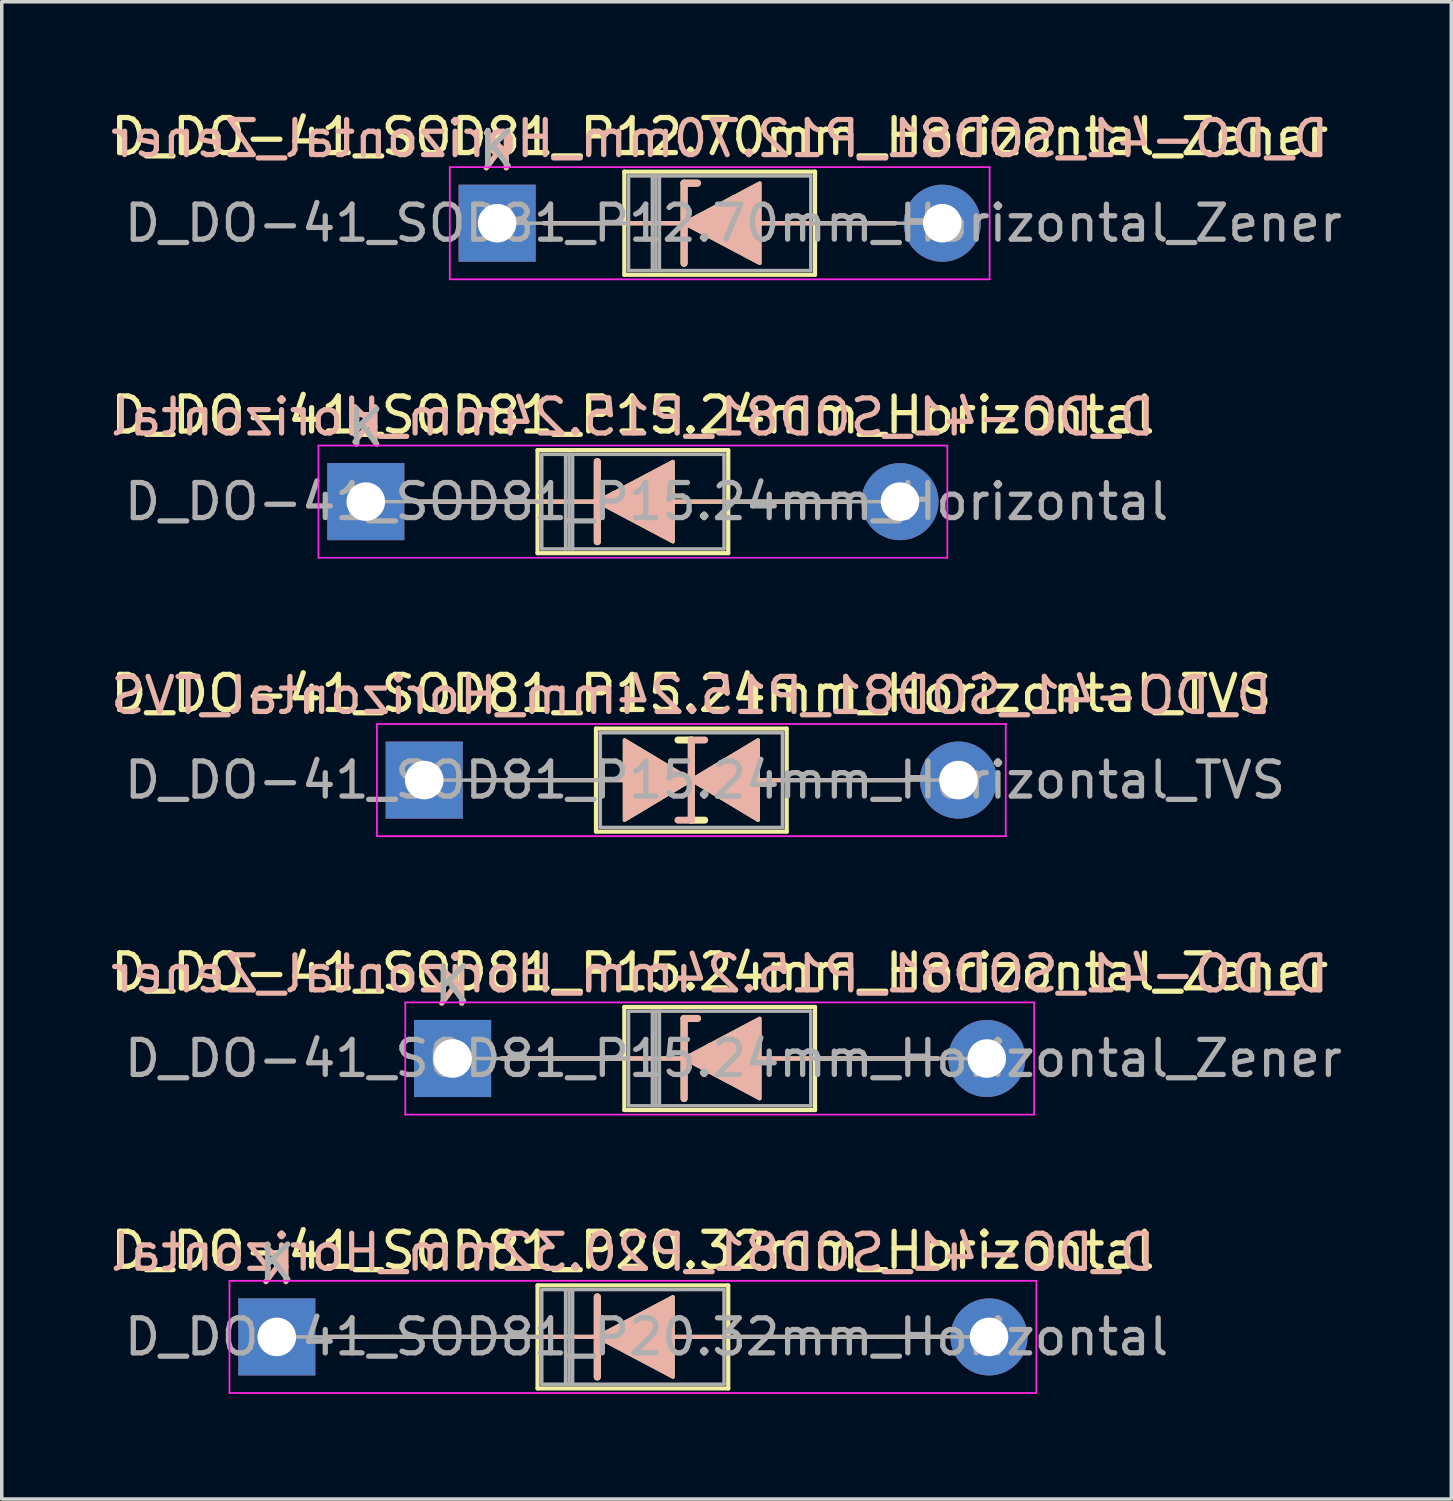
<source format=kicad_pcb>
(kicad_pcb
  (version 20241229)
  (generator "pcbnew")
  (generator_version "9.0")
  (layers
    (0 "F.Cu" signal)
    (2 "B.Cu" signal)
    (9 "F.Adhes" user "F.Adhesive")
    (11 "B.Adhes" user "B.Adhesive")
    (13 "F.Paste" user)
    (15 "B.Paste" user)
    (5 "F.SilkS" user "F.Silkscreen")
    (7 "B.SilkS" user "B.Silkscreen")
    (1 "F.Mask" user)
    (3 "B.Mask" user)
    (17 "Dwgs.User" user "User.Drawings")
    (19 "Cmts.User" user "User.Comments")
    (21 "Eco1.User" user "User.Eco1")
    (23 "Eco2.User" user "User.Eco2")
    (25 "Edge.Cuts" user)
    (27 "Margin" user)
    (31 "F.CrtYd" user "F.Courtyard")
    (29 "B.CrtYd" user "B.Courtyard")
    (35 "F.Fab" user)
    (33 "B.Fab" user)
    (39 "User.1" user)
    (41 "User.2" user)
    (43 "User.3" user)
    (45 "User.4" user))
  (footprint "D_DO-41_SOD81_P15.24mm_Horizontal_Zener"
    (layer "F.Cu")
    (at 9.862 27.148)
    (property "Reference" "D_DO-41_SOD81_P15.24mm_Horizontal_Zener" (at 7.62 -2.47 0) (layer "F.SilkS") (effects (font (size 1 1) (thickness 0.15))))
    (fp_line (start 1.397 0) (end 4.9 0) (stroke (width 0.12) (type solid)) (layer "F.SilkS"))
    (fp_line (start 4.9 -1.47) (end 4.9 1.47) (stroke (width 0.12) (type solid)) (layer "F.SilkS"))
    (fp_line (start 4.9 1.47) (end 10.34 1.47) (stroke (width 0.12) (type solid)) (layer "F.SilkS"))
    (fp_line (start 6.604 -1.143) (end 6.604 1.143) (stroke (width 0.2) (type solid)) (layer "F.SilkS"))
    (fp_line (start 6.604 -1.143) (end 6.985 -1.143) (stroke (width 0.2) (type solid)) (layer "F.SilkS"))
    (fp_line (start 6.604 0) (end 4.9 0) (stroke (width 0.12) (type solid)) (layer "F.SilkS"))
    (fp_line (start 8.763 0) (end 10.34 0) (stroke (width 0.12) (type solid)) (layer "F.SilkS"))
    (fp_line (start 10.34 -1.47) (end 4.9 -1.47) (stroke (width 0.12) (type solid)) (layer "F.SilkS"))
    (fp_line (start 10.34 1.47) (end 10.34 -1.47) (stroke (width 0.12) (type solid)) (layer "F.SilkS"))
    (fp_line (start 13.843 0) (end 10.34 0) (stroke (width 0.12) (type solid)) (layer "F.SilkS"))
    (fp_poly (pts (xy 8.763 1.143) (xy 6.604 0) (xy 8.763 -1.143)) (stroke (width 0.1) (type solid)) (fill yes) (layer "F.SilkS"))
    (fp_line (start 1.397 0) (end 4.9 0) (stroke (width 0.12) (type solid)) (layer "B.SilkS"))
    (fp_line (start 6.604 -1.143) (end 6.985 -1.143) (stroke (width 0.2) (type solid)) (layer "B.SilkS"))
    (fp_line (start 6.604 0) (end 4.9 0) (stroke (width 0.12) (type solid)) (layer "B.SilkS"))
    (fp_line (start 6.604 1.143) (end 6.604 -1.143) (stroke (width 0.2) (type solid)) (layer "B.SilkS"))
    (fp_line (start 8.763 0) (end 10.34 0) (stroke (width 0.12) (type solid)) (layer "B.SilkS"))
    (fp_line (start 13.843 0) (end 10.34 0) (stroke (width 0.12) (type solid)) (layer "B.SilkS"))
    (fp_poly (pts (xy 8.763 -1.143) (xy 6.604 0) (xy 8.763 1.143)) (stroke (width 0.1) (type solid)) (fill yes) (layer "B.SilkS"))
    (fp_line (start -1.35 -1.6) (end -1.35 1.6) (stroke (width 0.05) (type solid)) (layer "F.CrtYd"))
    (fp_line (start -1.35 1.6) (end 16.59 1.6) (stroke (width 0.05) (type solid)) (layer "F.CrtYd"))
    (fp_line (start 16.59 -1.6) (end -1.35 -1.6) (stroke (width 0.05) (type solid)) (layer "F.CrtYd"))
    (fp_line (start 16.59 1.6) (end 16.59 -1.6) (stroke (width 0.05) (type solid)) (layer "F.CrtYd"))
    (fp_line (start 0 0) (end 5.02 0) (stroke (width 0.1) (type solid)) (layer "F.Fab"))
    (fp_line (start 5.02 -1.35) (end 5.02 1.35) (stroke (width 0.1) (type solid)) (layer "F.Fab"))
    (fp_line (start 5.02 1.35) (end 10.22 1.35) (stroke (width 0.1) (type solid)) (layer "F.Fab"))
    (fp_line (start 5.7 -1.35) (end 5.7 1.35) (stroke (width 0.1) (type solid)) (layer "F.Fab"))
    (fp_line (start 5.8 -1.35) (end 5.8 1.35) (stroke (width 0.1) (type solid)) (layer "F.Fab"))
    (fp_line (start 5.9 -1.35) (end 5.9 1.35) (stroke (width 0.1) (type solid)) (layer "F.Fab"))
    (fp_line (start 10.22 -1.35) (end 5.02 -1.35) (stroke (width 0.1) (type solid)) (layer "F.Fab"))
    (fp_line (start 10.22 1.35) (end 10.22 -1.35) (stroke (width 0.1) (type solid)) (layer "F.Fab"))
    (fp_line (start 15.24 0) (end 10.22 0) (stroke (width 0.1) (type solid)) (layer "F.Fab"))
    (fp_text user "K" (at 0 -2.1 0) (layer "F.SilkS") (effects (font (size 1 1) (thickness 0.15))))
    (fp_text user "K" (at 0 -2.032 0) (layer "B.SilkS") (effects (font (size 1 1) (thickness 0.15)) (justify mirror)))
    (fp_text user "${REFERENCE}" (at 7.62 -2.413 0) (layer "B.SilkS") (effects (font (size 1 1) (thickness 0.15)) (justify mirror)))
    (fp_text user "${REFERENCE}" (at 8.01 0 0) (layer "F.Fab") (effects (font (size 1 1) (thickness 0.15))))
    (fp_text user "K" (at 0 -2.1 0) (layer "F.Fab") (effects (font (size 1 1) (thickness 0.15))))
    (pad "1" thru_hole rect (at 0 0) (size 2.2 2.2) (drill 1.1) (layers "*.Cu" "*.Mask"))
    (pad "2" thru_hole oval (at 15.24 0) (size 2.2 2.2) (drill 1.1) (layers "*.Cu" "*.Mask")))
  (footprint "D_DO-41_SOD81_P20.32mm_Horizontal"
    (layer "F.Cu")
    (at 4.846 35.091)
    (property "Reference" "D_DO-41_SOD81_P20.32mm_Horizontal" (at 10.16 -2.47 0) (layer "F.SilkS") (effects (font (size 1 1) (thickness 0.15))))
    (fp_line (start 1.397 0) (end 7.44 0) (stroke (width 0.12) (type solid)) (layer "F.SilkS"))
    (fp_line (start 7.44 -1.47) (end 7.44 1.47) (stroke (width 0.12) (type solid)) (layer "F.SilkS"))
    (fp_line (start 7.44 1.47) (end 12.88 1.47) (stroke (width 0.12) (type solid)) (layer "F.SilkS"))
    (fp_line (start 9.144 -1.143) (end 9.144 1.143) (stroke (width 0.2) (type solid)) (layer "F.SilkS"))
    (fp_line (start 9.144 0) (end 7.44 0) (stroke (width 0.12) (type solid)) (layer "F.SilkS"))
    (fp_line (start 11.303 0) (end 12.88 0) (stroke (width 0.12) (type solid)) (layer "F.SilkS"))
    (fp_line (start 12.88 -1.47) (end 7.44 -1.47) (stroke (width 0.12) (type solid)) (layer "F.SilkS"))
    (fp_line (start 12.88 1.47) (end 12.88 -1.47) (stroke (width 0.12) (type solid)) (layer "F.SilkS"))
    (fp_line (start 18.923 0) (end 12.88 0) (stroke (width 0.12) (type solid)) (layer "F.SilkS"))
    (fp_poly (pts (xy 11.303 1.143) (xy 9.144 0) (xy 11.303 -1.143)) (stroke (width 0.1) (type solid)) (fill yes) (layer "F.SilkS"))
    (fp_line (start 1.397 0) (end 7.44 0) (stroke (width 0.12) (type solid)) (layer "B.SilkS"))
    (fp_line (start 9.144 0) (end 7.44 0) (stroke (width 0.12) (type solid)) (layer "B.SilkS"))
    (fp_line (start 9.144 1.143) (end 9.144 -1.143) (stroke (width 0.2) (type solid)) (layer "B.SilkS"))
    (fp_line (start 11.303 0) (end 12.88 0) (stroke (width 0.12) (type solid)) (layer "B.SilkS"))
    (fp_line (start 18.923 0) (end 12.88 0) (stroke (width 0.12) (type solid)) (layer "B.SilkS"))
    (fp_poly (pts (xy 11.303 -1.143) (xy 9.144 0) (xy 11.303 1.143)) (stroke (width 0.1) (type solid)) (fill yes) (layer "B.SilkS"))
    (fp_line (start -1.35 -1.6) (end -1.35 1.6) (stroke (width 0.05) (type solid)) (layer "F.CrtYd"))
    (fp_line (start -1.35 1.6) (end 21.67 1.6) (stroke (width 0.05) (type solid)) (layer "F.CrtYd"))
    (fp_line (start 21.67 -1.6) (end -1.35 -1.6) (stroke (width 0.05) (type solid)) (layer "F.CrtYd"))
    (fp_line (start 21.67 1.6) (end 21.67 -1.6) (stroke (width 0.05) (type solid)) (layer "F.CrtYd"))
    (fp_line (start 0 0) (end 7.56 0) (stroke (width 0.1) (type solid)) (layer "F.Fab"))
    (fp_line (start 7.56 -1.35) (end 7.56 1.35) (stroke (width 0.1) (type solid)) (layer "F.Fab"))
    (fp_line (start 7.56 1.35) (end 12.76 1.35) (stroke (width 0.1) (type solid)) (layer "F.Fab"))
    (fp_line (start 8.24 -1.35) (end 8.24 1.35) (stroke (width 0.1) (type solid)) (layer "F.Fab"))
    (fp_line (start 8.34 -1.35) (end 8.34 1.35) (stroke (width 0.1) (type solid)) (layer "F.Fab"))
    (fp_line (start 8.44 -1.35) (end 8.44 1.35) (stroke (width 0.1) (type solid)) (layer "F.Fab"))
    (fp_line (start 12.76 -1.35) (end 7.56 -1.35) (stroke (width 0.1) (type solid)) (layer "F.Fab"))
    (fp_line (start 12.76 1.35) (end 12.76 -1.35) (stroke (width 0.1) (type solid)) (layer "F.Fab"))
    (fp_line (start 20.32 0) (end 12.76 0) (stroke (width 0.1) (type solid)) (layer "F.Fab"))
    (fp_text user "K" (at 0 -2.1 0) (layer "F.SilkS") (effects (font (size 1 1) (thickness 0.15))))
    (fp_text user "K" (at 0 -2.032 0) (layer "B.SilkS") (effects (font (size 1 1) (thickness 0.15)) (justify mirror)))
    (fp_text user "${REFERENCE}" (at 10.16 -2.413 0) (layer "B.SilkS") (effects (font (size 1 1) (thickness 0.15)) (justify mirror)))
    (fp_text user "K" (at 0 -2.1 0) (layer "F.Fab") (effects (font (size 1 1) (thickness 0.15))))
    (fp_text user "${REFERENCE}" (at 10.55 0 0) (layer "F.Fab") (effects (font (size 1 1) (thickness 0.15))))
    (pad "1" thru_hole rect (at 0 0) (size 2.2 2.2) (drill 1.1) (layers "*.Cu" "*.Mask"))
    (pad "2" thru_hole oval (at 20.32 0) (size 2.2 2.2) (drill 1.1) (layers "*.Cu" "*.Mask")))
  (footprint "D_DO-41_SOD81_P15.24mm_Horizontal_TVS"
    (layer "F.Cu")
    (at 9.053 19.205)
    (property "Reference" "D_DO-41_SOD81_P15.24mm_Horizontal_TVS" (at 7.62 -2.47 0) (layer "F.SilkS") (effects (font (size 1 1) (thickness 0.15))))
    (fp_line (start 1.397 0) (end 4.9 0) (stroke (width 0.12) (type solid)) (layer "F.SilkS"))
    (fp_line (start 4.9 -1.47) (end 4.9 1.47) (stroke (width 0.12) (type solid)) (layer "F.SilkS"))
    (fp_line (start 4.9 0) (end 5.715 0) (stroke (width 0.12) (type solid)) (layer "F.SilkS"))
    (fp_line (start 4.9 1.47) (end 10.34 1.47) (stroke (width 0.12) (type solid)) (layer "F.SilkS"))
    (fp_line (start 7.62 -1.143) (end 7.239 -1.143) (stroke (width 0.2) (type solid)) (layer "F.SilkS"))
    (fp_line (start 7.62 1.143) (end 7.62 -1.143) (stroke (width 0.2) (type solid)) (layer "F.SilkS"))
    (fp_line (start 8.001 1.143) (end 7.62 1.143) (stroke (width 0.2) (type solid)) (layer "F.SilkS"))
    (fp_line (start 9.525 0) (end 10.34 0) (stroke (width 0.12) (type solid)) (layer "F.SilkS"))
    (fp_line (start 10.34 -1.47) (end 4.9 -1.47) (stroke (width 0.12) (type solid)) (layer "F.SilkS"))
    (fp_line (start 10.34 1.47) (end 10.34 -1.47) (stroke (width 0.12) (type solid)) (layer "F.SilkS"))
    (fp_line (start 13.843 0) (end 10.34 0) (stroke (width 0.12) (type solid)) (layer "F.SilkS"))
    (fp_poly (pts (xy 7.62 0) (xy 5.715 1.143) (xy 5.715 -1.143)) (stroke (width 0.1) (type solid)) (fill yes) (layer "F.SilkS"))
    (fp_poly (pts (xy 7.62 0) (xy 9.525 -1.143) (xy 9.525 1.143)) (stroke (width 0.1) (type solid)) (fill yes) (layer "F.SilkS"))
    (fp_line (start 1.397 0) (end 4.9 0) (stroke (width 0.12) (type solid)) (layer "B.SilkS"))
    (fp_line (start 4.9 0) (end 5.715 0) (stroke (width 0.12) (type solid)) (layer "B.SilkS"))
    (fp_line (start 7.62 -1.143) (end 7.62 1.143) (stroke (width 0.2) (type solid)) (layer "B.SilkS"))
    (fp_line (start 7.62 1.143) (end 7.239 1.143) (stroke (width 0.2) (type solid)) (layer "B.SilkS"))
    (fp_line (start 8.001 -1.143) (end 7.62 -1.143) (stroke (width 0.2) (type solid)) (layer "B.SilkS"))
    (fp_line (start 9.525 0) (end 10.34 0) (stroke (width 0.12) (type solid)) (layer "B.SilkS"))
    (fp_line (start 13.843 0) (end 10.34 0) (stroke (width 0.12) (type solid)) (layer "B.SilkS"))
    (fp_poly (pts (xy 7.62 0) (xy 5.715 -1.143) (xy 5.715 1.143)) (stroke (width 0.1) (type solid)) (fill yes) (layer "B.SilkS"))
    (fp_poly (pts (xy 7.62 0) (xy 9.525 1.143) (xy 9.525 -1.143)) (stroke (width 0.1) (type solid)) (fill yes) (layer "B.SilkS"))
    (fp_line (start -1.35 -1.6) (end -1.35 1.6) (stroke (width 0.05) (type solid)) (layer "F.CrtYd"))
    (fp_line (start -1.35 1.6) (end 16.59 1.6) (stroke (width 0.05) (type solid)) (layer "F.CrtYd"))
    (fp_line (start 16.59 -1.6) (end -1.35 -1.6) (stroke (width 0.05) (type solid)) (layer "F.CrtYd"))
    (fp_line (start 16.59 1.6) (end 16.59 -1.6) (stroke (width 0.05) (type solid)) (layer "F.CrtYd"))
    (fp_line (start 0 0) (end 5.02 0) (stroke (width 0.1) (type solid)) (layer "F.Fab"))
    (fp_line (start 5.02 -1.35) (end 5.02 1.35) (stroke (width 0.1) (type solid)) (layer "F.Fab"))
    (fp_line (start 5.02 1.35) (end 10.22 1.35) (stroke (width 0.1) (type solid)) (layer "F.Fab"))
    (fp_line (start 10.22 -1.35) (end 5.02 -1.35) (stroke (width 0.1) (type solid)) (layer "F.Fab"))
    (fp_line (start 10.22 1.35) (end 10.22 -1.35) (stroke (width 0.1) (type solid)) (layer "F.Fab"))
    (fp_line (start 15.24 0) (end 10.22 0) (stroke (width 0.1) (type solid)) (layer "F.Fab"))
    (fp_text user "${REFERENCE}" (at 7.62 -2.413 0) (layer "B.SilkS") (effects (font (size 1 1) (thickness 0.15)) (justify mirror)))
    (fp_text user "${REFERENCE}" (at 8.01 0 0) (layer "F.Fab") (effects (font (size 1 1) (thickness 0.15))))
    (pad "1" thru_hole rect (at 0 0) (size 2.2 2.2) (drill 1.1) (layers "*.Cu" "*.Mask"))
    (pad "2" thru_hole oval (at 15.24 0) (size 2.2 2.2) (drill 1.1) (layers "*.Cu" "*.Mask")))
  (footprint "D_DO-41_SOD81_P12.70mm_Horizontal_Zener"
    (layer "F.Cu")
    (at 11.132 3.318)
    (property "Reference" "D_DO-41_SOD81_P12.70mm_Horizontal_Zener" (at 6.35 -2.47 0) (layer "F.SilkS") (effects (font (size 1 1) (thickness 0.15))))
    (fp_line (start 1.34 0) (end 3.63 0) (stroke (width 0.12) (type solid)) (layer "F.SilkS"))
    (fp_line (start 3.63 -1.47) (end 3.63 1.47) (stroke (width 0.12) (type solid)) (layer "F.SilkS"))
    (fp_line (start 3.63 1.47) (end 9.07 1.47) (stroke (width 0.12) (type solid)) (layer "F.SilkS"))
    (fp_line (start 5.334 -1.143) (end 5.334 1.143) (stroke (width 0.2) (type solid)) (layer "F.SilkS"))
    (fp_line (start 5.334 -1.143) (end 5.715 -1.143) (stroke (width 0.2) (type solid)) (layer "F.SilkS"))
    (fp_line (start 5.334 0) (end 3.63 0) (stroke (width 0.12) (type solid)) (layer "F.SilkS"))
    (fp_line (start 7.493 0) (end 9.07 0) (stroke (width 0.12) (type solid)) (layer "F.SilkS"))
    (fp_line (start 9.07 -1.47) (end 3.63 -1.47) (stroke (width 0.12) (type solid)) (layer "F.SilkS"))
    (fp_line (start 9.07 1.47) (end 9.07 -1.47) (stroke (width 0.12) (type solid)) (layer "F.SilkS"))
    (fp_line (start 11.36 0) (end 9.07 0) (stroke (width 0.12) (type solid)) (layer "F.SilkS"))
    (fp_poly (pts (xy 7.493 1.143) (xy 5.334 0) (xy 7.493 -1.143)) (stroke (width 0.1) (type solid)) (fill yes) (layer "F.SilkS"))
    (fp_line (start 1.34 0) (end 3.63 0) (stroke (width 0.12) (type solid)) (layer "B.SilkS"))
    (fp_line (start 5.334 -1.143) (end 5.715 -1.143) (stroke (width 0.2) (type solid)) (layer "B.SilkS"))
    (fp_line (start 5.334 0) (end 3.63 0) (stroke (width 0.12) (type solid)) (layer "B.SilkS"))
    (fp_line (start 5.334 1.143) (end 5.334 -1.143) (stroke (width 0.2) (type solid)) (layer "B.SilkS"))
    (fp_line (start 7.493 0) (end 9.07 0) (stroke (width 0.12) (type solid)) (layer "B.SilkS"))
    (fp_line (start 11.36 0) (end 9.07 0) (stroke (width 0.12) (type solid)) (layer "B.SilkS"))
    (fp_poly (pts (xy 7.493 -1.143) (xy 5.334 0) (xy 7.493 1.143)) (stroke (width 0.1) (type solid)) (fill yes) (layer "B.SilkS"))
    (fp_line (start -1.35 -1.6) (end -1.35 1.6) (stroke (width 0.05) (type solid)) (layer "F.CrtYd"))
    (fp_line (start -1.35 1.6) (end 14.05 1.6) (stroke (width 0.05) (type solid)) (layer "F.CrtYd"))
    (fp_line (start 14.05 -1.6) (end -1.35 -1.6) (stroke (width 0.05) (type solid)) (layer "F.CrtYd"))
    (fp_line (start 14.05 1.6) (end 14.05 -1.6) (stroke (width 0.05) (type solid)) (layer "F.CrtYd"))
    (fp_line (start 0 0) (end 3.75 0) (stroke (width 0.1) (type solid)) (layer "F.Fab"))
    (fp_line (start 3.75 -1.35) (end 3.75 1.35) (stroke (width 0.1) (type solid)) (layer "F.Fab"))
    (fp_line (start 3.75 1.35) (end 8.95 1.35) (stroke (width 0.1) (type solid)) (layer "F.Fab"))
    (fp_line (start 4.43 -1.35) (end 4.43 1.35) (stroke (width 0.1) (type solid)) (layer "F.Fab"))
    (fp_line (start 4.53 -1.35) (end 4.53 1.35) (stroke (width 0.1) (type solid)) (layer "F.Fab"))
    (fp_line (start 4.63 -1.35) (end 4.63 1.35) (stroke (width 0.1) (type solid)) (layer "F.Fab"))
    (fp_line (start 8.95 -1.35) (end 3.75 -1.35) (stroke (width 0.1) (type solid)) (layer "F.Fab"))
    (fp_line (start 8.95 1.35) (end 8.95 -1.35) (stroke (width 0.1) (type solid)) (layer "F.Fab"))
    (fp_line (start 12.7 0) (end 8.95 0) (stroke (width 0.1) (type solid)) (layer "F.Fab"))
    (fp_text user "K" (at 0 -2.1 0) (layer "F.SilkS") (effects (font (size 1 1) (thickness 0.15))))
    (fp_text user "K" (at 0 -2.032 0) (layer "B.SilkS") (effects (font (size 1 1) (thickness 0.15)) (justify mirror)))
    (fp_text user "${REFERENCE}" (at 6.35 -2.413 0) (layer "B.SilkS") (effects (font (size 1 1) (thickness 0.15)) (justify mirror)))
    (fp_text user "${REFERENCE}" (at 6.74 0 0) (layer "F.Fab") (effects (font (size 1 1) (thickness 0.15))))
    (fp_text user "K" (at 0 -2.1 0) (layer "F.Fab") (effects (font (size 1 1) (thickness 0.15))))
    (pad "1" thru_hole rect (at 0 0) (size 2.2 2.2) (drill 1.1) (layers "*.Cu" "*.Mask"))
    (pad "2" thru_hole oval (at 12.7 0) (size 2.2 2.2) (drill 1.1) (layers "*.Cu" "*.Mask")))
  (footprint "D_DO-41_SOD81_P15.24mm_Horizontal"
    (layer "F.Cu")
    (at 7.386 11.261)
    (property "Reference" "D_DO-41_SOD81_P15.24mm_Horizontal" (at 7.62 -2.47 0) (layer "F.SilkS") (effects (font (size 1 1) (thickness 0.15))))
    (fp_line (start 1.397 0) (end 4.9 0) (stroke (width 0.12) (type solid)) (layer "F.SilkS"))
    (fp_line (start 4.9 -1.47) (end 4.9 1.47) (stroke (width 0.12) (type solid)) (layer "F.SilkS"))
    (fp_line (start 4.9 1.47) (end 10.34 1.47) (stroke (width 0.12) (type solid)) (layer "F.SilkS"))
    (fp_line (start 6.604 -1.143) (end 6.604 1.143) (stroke (width 0.2) (type solid)) (layer "F.SilkS"))
    (fp_line (start 6.604 0) (end 4.9 0) (stroke (width 0.12) (type solid)) (layer "F.SilkS"))
    (fp_line (start 8.763 0) (end 10.34 0) (stroke (width 0.12) (type solid)) (layer "F.SilkS"))
    (fp_line (start 10.34 -1.47) (end 4.9 -1.47) (stroke (width 0.12) (type solid)) (layer "F.SilkS"))
    (fp_line (start 10.34 1.47) (end 10.34 -1.47) (stroke (width 0.12) (type solid)) (layer "F.SilkS"))
    (fp_line (start 13.843 0) (end 10.34 0) (stroke (width 0.12) (type solid)) (layer "F.SilkS"))
    (fp_poly (pts (xy 8.763 1.143) (xy 6.604 0) (xy 8.763 -1.143)) (stroke (width 0.1) (type solid)) (fill yes) (layer "F.SilkS"))
    (fp_line (start 1.397 0) (end 4.9 0) (stroke (width 0.12) (type solid)) (layer "B.SilkS"))
    (fp_line (start 6.604 0) (end 4.9 0) (stroke (width 0.12) (type solid)) (layer "B.SilkS"))
    (fp_line (start 6.604 1.143) (end 6.604 -1.143) (stroke (width 0.2) (type solid)) (layer "B.SilkS"))
    (fp_line (start 8.763 0) (end 10.34 0) (stroke (width 0.12) (type solid)) (layer "B.SilkS"))
    (fp_line (start 13.843 0) (end 10.34 0) (stroke (width 0.12) (type solid)) (layer "B.SilkS"))
    (fp_poly (pts (xy 8.763 -1.143) (xy 6.604 0) (xy 8.763 1.143)) (stroke (width 0.1) (type solid)) (fill yes) (layer "B.SilkS"))
    (fp_line (start -1.35 -1.6) (end -1.35 1.6) (stroke (width 0.05) (type solid)) (layer "F.CrtYd"))
    (fp_line (start -1.35 1.6) (end 16.59 1.6) (stroke (width 0.05) (type solid)) (layer "F.CrtYd"))
    (fp_line (start 16.59 -1.6) (end -1.35 -1.6) (stroke (width 0.05) (type solid)) (layer "F.CrtYd"))
    (fp_line (start 16.59 1.6) (end 16.59 -1.6) (stroke (width 0.05) (type solid)) (layer "F.CrtYd"))
    (fp_line (start 0 0) (end 5.02 0) (stroke (width 0.1) (type solid)) (layer "F.Fab"))
    (fp_line (start 5.02 -1.35) (end 5.02 1.35) (stroke (width 0.1) (type solid)) (layer "F.Fab"))
    (fp_line (start 5.02 1.35) (end 10.22 1.35) (stroke (width 0.1) (type solid)) (layer "F.Fab"))
    (fp_line (start 5.7 -1.35) (end 5.7 1.35) (stroke (width 0.1) (type solid)) (layer "F.Fab"))
    (fp_line (start 5.8 -1.35) (end 5.8 1.35) (stroke (width 0.1) (type solid)) (layer "F.Fab"))
    (fp_line (start 5.9 -1.35) (end 5.9 1.35) (stroke (width 0.1) (type solid)) (layer "F.Fab"))
    (fp_line (start 10.22 -1.35) (end 5.02 -1.35) (stroke (width 0.1) (type solid)) (layer "F.Fab"))
    (fp_line (start 10.22 1.35) (end 10.22 -1.35) (stroke (width 0.1) (type solid)) (layer "F.Fab"))
    (fp_line (start 15.24 0) (end 10.22 0) (stroke (width 0.1) (type solid)) (layer "F.Fab"))
    (fp_text user "K" (at 0 -2.1 0) (layer "F.SilkS") (effects (font (size 1 1) (thickness 0.15))))
    (fp_text user "${REFERENCE}" (at 7.62 -2.413 0) (layer "B.SilkS") (effects (font (size 1 1) (thickness 0.15)) (justify mirror)))
    (fp_text user "K" (at 0 -2.159 0) (layer "B.SilkS") (effects (font (size 1 1) (thickness 0.15)) (justify mirror)))
    (fp_text user "${REFERENCE}" (at 8.01 0 0) (layer "F.Fab") (effects (font (size 1 1) (thickness 0.15))))
    (fp_text user "K" (at 0 -2.1 0) (layer "F.Fab") (effects (font (size 1 1) (thickness 0.15))))
    (pad "1" thru_hole rect (at 0 0) (size 2.2 2.2) (drill 1.1) (layers "*.Cu" "*.Mask"))
    (pad "2" thru_hole oval (at 15.24 0) (size 2.2 2.2) (drill 1.1) (layers "*.Cu" "*.Mask")))
  (gr_rect
    (start -3 -3)
    (end 38.354 39.716)
    (stroke (width 0.1) (type default))
    (fill no)
    (layer "Edge.Cuts")))
</source>
